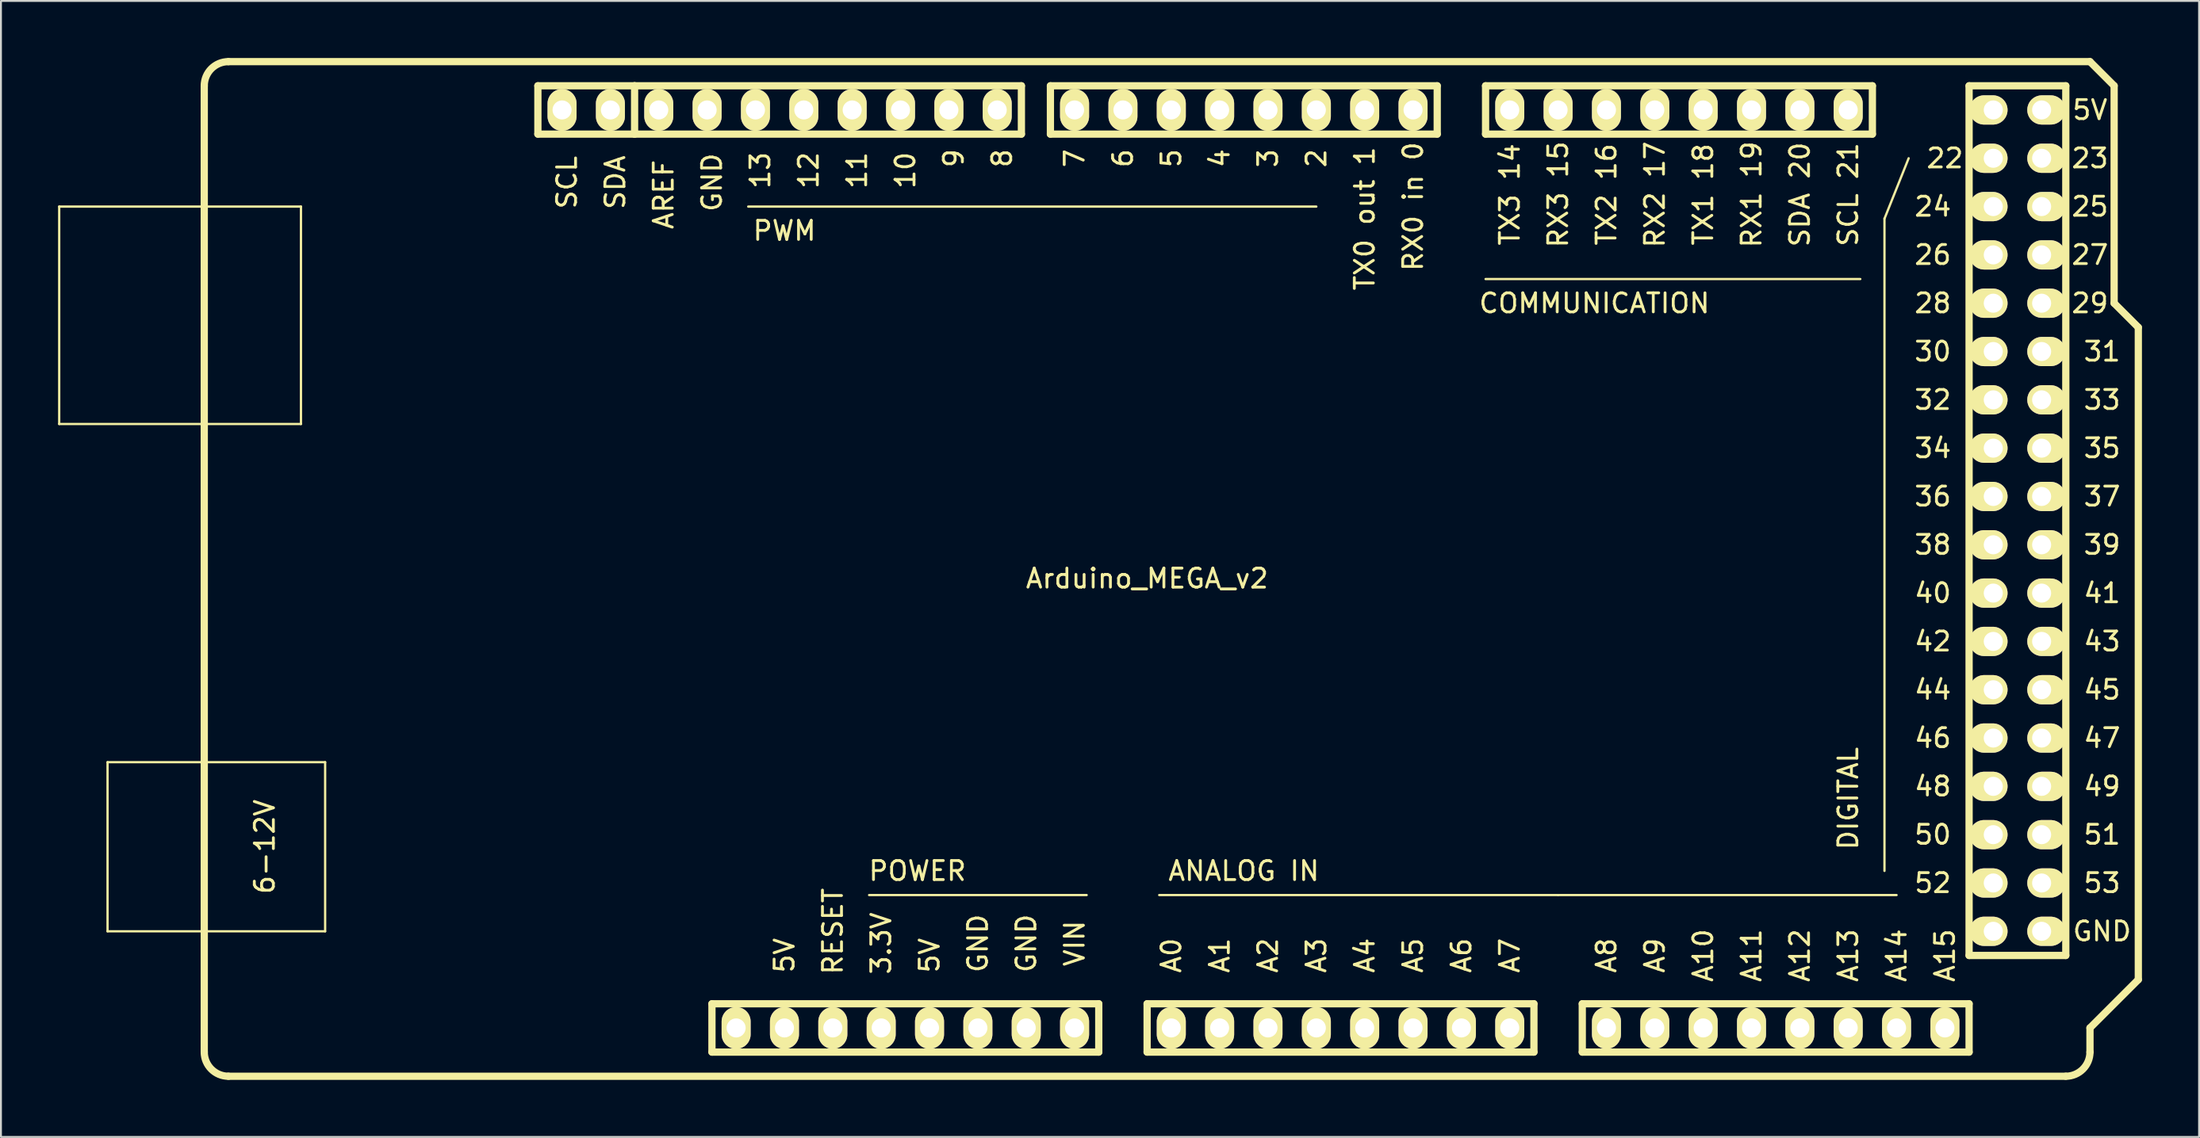
<source format=kicad_pcb>
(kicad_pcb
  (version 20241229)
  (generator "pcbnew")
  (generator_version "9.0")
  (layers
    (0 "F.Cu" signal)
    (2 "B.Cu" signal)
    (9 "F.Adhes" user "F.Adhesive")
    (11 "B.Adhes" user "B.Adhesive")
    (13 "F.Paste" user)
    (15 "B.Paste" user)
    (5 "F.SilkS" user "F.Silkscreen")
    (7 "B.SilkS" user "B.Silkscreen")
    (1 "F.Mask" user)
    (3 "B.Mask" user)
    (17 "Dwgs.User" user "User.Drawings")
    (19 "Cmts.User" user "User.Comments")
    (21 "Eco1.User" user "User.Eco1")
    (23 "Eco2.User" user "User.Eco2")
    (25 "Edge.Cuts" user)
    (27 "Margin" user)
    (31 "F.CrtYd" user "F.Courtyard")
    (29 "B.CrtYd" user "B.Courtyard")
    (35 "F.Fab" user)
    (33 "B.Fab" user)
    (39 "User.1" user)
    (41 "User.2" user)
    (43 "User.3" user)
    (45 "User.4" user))
  (footprint "Arduino_MEGA_v2"
    (layer "F.Cu")
    (at 57.21 26.86)
    (property "Reference" "Arduino_MEGA_v2" (at 0 0.5 0) (layer "F.SilkS") (effects (font (size 1 1) (thickness 0.15))))
    (attr through_hole)
    (fp_line (start -57.15 -19.05) (end -44.45 -19.05) (stroke (width 0.12) (type solid)) (layer "F.SilkS"))
    (fp_line (start -57.15 -7.62) (end -57.15 -19.05) (stroke (width 0.12) (type solid)) (layer "F.SilkS"))
    (fp_line (start -54.61 10.16) (end -43.18 10.16) (stroke (width 0.12) (type solid)) (layer "F.SilkS"))
    (fp_line (start -54.61 19.05) (end -54.61 10.16) (stroke (width 0.12) (type solid)) (layer "F.SilkS"))
    (fp_line (start -49.53 25.4) (end -49.53 -25.4) (stroke (width 0.381) (type solid)) (layer "F.SilkS"))
    (fp_line (start -48.26 -26.67) (end 49.53 -26.67) (stroke (width 0.381) (type solid)) (layer "F.SilkS"))
    (fp_line (start -48.26 26.67) (end 48.26 26.67) (stroke (width 0.381) (type solid)) (layer "F.SilkS"))
    (fp_line (start -44.45 -19.05) (end -44.45 -7.62) (stroke (width 0.12) (type solid)) (layer "F.SilkS"))
    (fp_line (start -44.45 -7.62) (end -57.15 -7.62) (stroke (width 0.12) (type solid)) (layer "F.SilkS"))
    (fp_line (start -43.18 10.16) (end -43.18 19.05) (stroke (width 0.12) (type solid)) (layer "F.SilkS"))
    (fp_line (start -43.18 19.05) (end -54.61 19.05) (stroke (width 0.12) (type solid)) (layer "F.SilkS"))
    (fp_line (start -32.004 -25.4) (end -32.004 -22.86) (stroke (width 0.381) (type solid)) (layer "F.SilkS"))
    (fp_line (start -32.004 -22.86) (end -26.924 -22.86) (stroke (width 0.381) (type solid)) (layer "F.SilkS"))
    (fp_line (start -26.924 -25.4) (end -32.004 -25.4) (stroke (width 0.381) (type solid)) (layer "F.SilkS"))
    (fp_line (start -26.924 -22.86) (end -26.924 -25.4) (stroke (width 0.381) (type solid)) (layer "F.SilkS"))
    (fp_line (start -22.86 25.4) (end -22.86 22.86) (stroke (width 0.381) (type solid)) (layer "F.SilkS"))
    (fp_line (start -22.86 25.4) (end -2.54 25.4) (stroke (width 0.381) (type solid)) (layer "F.SilkS"))
    (fp_line (start -14.605 17.145) (end -3.175 17.145) (stroke (width 0.12) (type solid)) (layer "F.SilkS"))
    (fp_line (start -6.604 -25.4) (end -26.924 -25.4) (stroke (width 0.381) (type solid)) (layer "F.SilkS"))
    (fp_line (start -6.604 -22.86) (end -26.924 -22.86) (stroke (width 0.381) (type solid)) (layer "F.SilkS"))
    (fp_line (start -6.604 -22.86) (end -6.604 -25.4) (stroke (width 0.381) (type solid)) (layer "F.SilkS"))
    (fp_line (start -5.08 -25.4) (end 15.24 -25.4) (stroke (width 0.381) (type solid)) (layer "F.SilkS"))
    (fp_line (start -5.08 -22.86) (end -5.08 -25.4) (stroke (width 0.381) (type solid)) (layer "F.SilkS"))
    (fp_line (start -2.54 22.86) (end -22.86 22.86) (stroke (width 0.381) (type solid)) (layer "F.SilkS"))
    (fp_line (start -2.54 22.86) (end -2.54 25.4) (stroke (width 0.381) (type solid)) (layer "F.SilkS"))
    (fp_line (start 0 22.86) (end 0 25.4) (stroke (width 0.381) (type solid)) (layer "F.SilkS"))
    (fp_line (start 0 25.4) (end 20.32 25.4) (stroke (width 0.381) (type solid)) (layer "F.SilkS"))
    (fp_line (start 0.635 17.145) (end 21.59 17.145) (stroke (width 0.12) (type solid)) (layer "F.SilkS"))
    (fp_line (start 8.89 -19.05) (end -20.955 -19.05) (stroke (width 0.12) (type solid)) (layer "F.SilkS"))
    (fp_line (start 15.24 -25.4) (end 15.24 -22.86) (stroke (width 0.381) (type solid)) (layer "F.SilkS"))
    (fp_line (start 15.24 -22.86) (end -5.08 -22.86) (stroke (width 0.381) (type solid)) (layer "F.SilkS"))
    (fp_line (start 17.78 -25.4) (end 17.78 -22.86) (stroke (width 0.381) (type solid)) (layer "F.SilkS"))
    (fp_line (start 17.78 -22.86) (end 38.1 -22.86) (stroke (width 0.381) (type solid)) (layer "F.SilkS"))
    (fp_line (start 17.78 -15.24) (end 37.465 -15.24) (stroke (width 0.12) (type solid)) (layer "F.SilkS"))
    (fp_line (start 20.32 22.86) (end 0 22.86) (stroke (width 0.381) (type solid)) (layer "F.SilkS"))
    (fp_line (start 20.32 25.4) (end 20.32 22.86) (stroke (width 0.381) (type solid)) (layer "F.SilkS"))
    (fp_line (start 21.59 17.145) (end 39.37 17.145) (stroke (width 0.12) (type solid)) (layer "F.SilkS"))
    (fp_line (start 22.86 22.86) (end 43.18 22.86) (stroke (width 0.381) (type solid)) (layer "F.SilkS"))
    (fp_line (start 22.86 25.4) (end 22.86 22.86) (stroke (width 0.381) (type solid)) (layer "F.SilkS"))
    (fp_line (start 38.1 -25.4) (end 17.78 -25.4) (stroke (width 0.381) (type solid)) (layer "F.SilkS"))
    (fp_line (start 38.1 -22.86) (end 38.1 -25.4) (stroke (width 0.381) (type solid)) (layer "F.SilkS"))
    (fp_line (start 38.735 15.875) (end 38.735 -18.415) (stroke (width 0.12) (type solid)) (layer "F.SilkS"))
    (fp_line (start 40.005 -21.59) (end 38.735 -18.415) (stroke (width 0.12) (type solid)) (layer "F.SilkS"))
    (fp_line (start 43.18 -25.4) (end 43.18 20.32) (stroke (width 0.381) (type solid)) (layer "F.SilkS"))
    (fp_line (start 43.18 20.32) (end 48.26 20.32) (stroke (width 0.381) (type solid)) (layer "F.SilkS"))
    (fp_line (start 43.18 22.86) (end 43.18 25.4) (stroke (width 0.381) (type solid)) (layer "F.SilkS"))
    (fp_line (start 43.18 25.4) (end 22.86 25.4) (stroke (width 0.381) (type solid)) (layer "F.SilkS"))
    (fp_line (start 48.26 -25.4) (end 43.18 -25.4) (stroke (width 0.381) (type solid)) (layer "F.SilkS"))
    (fp_line (start 48.26 20.32) (end 48.26 -25.4) (stroke (width 0.381) (type solid)) (layer "F.SilkS"))
    (fp_line (start 49.53 -26.67) (end 50.8 -25.4) (stroke (width 0.381) (type solid)) (layer "F.SilkS"))
    (fp_line (start 49.53 24.13) (end 49.53 25.4) (stroke (width 0.381) (type solid)) (layer "F.SilkS"))
    (fp_line (start 50.8 -25.4) (end 50.8 -13.97) (stroke (width 0.381) (type solid)) (layer "F.SilkS"))
    (fp_line (start 50.8 -13.97) (end 52.07 -12.7) (stroke (width 0.381) (type solid)) (layer "F.SilkS"))
    (fp_line (start 52.07 -12.7) (end 52.07 21.59) (stroke (width 0.381) (type solid)) (layer "F.SilkS"))
    (fp_line (start 52.07 21.59) (end 49.53 24.13) (stroke (width 0.381) (type solid)) (layer "F.SilkS"))
    (fp_arc (start -49.53 -25.4) (mid -49.158026 -26.298026) (end -48.26 -26.67) (stroke (width 0.381) (type solid)) (layer "F.SilkS"))
    (fp_arc (start -48.26 26.67) (mid -49.158026 26.298026) (end -49.53 25.4) (stroke (width 0.381) (type solid)) (layer "F.SilkS"))
    (fp_arc (start 49.53 25.4) (mid 49.158026 26.298026) (end 48.26 26.67) (stroke (width 0.381) (type solid)) (layer "F.SilkS"))
    (fp_text user "8" (at -7.62 -21.59 90) (layer "F.SilkS") (effects (font (size 1 1) (thickness 0.15))))
    (fp_text user "5" (at 1.27 -21.59 90) (layer "F.SilkS") (effects (font (size 1 1) (thickness 0.15))))
    (fp_text user "3" (at 6.35 -21.59 90) (layer "F.SilkS") (effects (font (size 1 1) (thickness 0.15))))
    (fp_text user "5V" (at 49.53 -24.13 0) (layer "F.SilkS") (effects (font (size 1 1) (thickness 0.15))))
    (fp_text user "DIGITAL" (at 36.83 12.065 90) (layer "F.SilkS") (effects (font (size 1 1) (thickness 0.15))))
    (fp_text user "A6" (at 16.51 20.32 90) (layer "F.SilkS") (effects (font (size 1 1) (thickness 0.15))))
    (fp_text user "5V" (at -11.43 20.32 90) (layer "F.SilkS") (effects (font (size 1 1) (thickness 0.15))))
    (fp_text user "GND" (at 50.165 19.05 0) (layer "F.SilkS") (effects (font (size 1 1) (thickness 0.15))))
    (fp_text user "A3" (at 8.89 20.32 90) (layer "F.SilkS") (effects (font (size 1 1) (thickness 0.15))))
    (fp_text user "A8" (at 24.13 20.32 90) (layer "F.SilkS") (effects (font (size 1 1) (thickness 0.15))))
    (fp_text user "RX1 19" (at 31.75 -19.685 90) (layer "F.SilkS") (effects (font (size 1 1) (thickness 0.15))))
    (fp_text user "A1" (at 3.81 20.32 90) (layer "F.SilkS") (effects (font (size 1 1) (thickness 0.15))))
    (fp_text user "44" (at 41.275 6.35 0) (layer "F.SilkS") (effects (font (size 1 1) (thickness 0.15))))
    (fp_text user "A0" (at 1.27 20.32 90) (layer "F.SilkS") (effects (font (size 1 1) (thickness 0.15))))
    (fp_text user "6-12V" (at -46.355 14.605 90) (layer "F.SilkS") (effects (font (size 1 1) (thickness 0.15))))
    (fp_text user "A10" (at 29.21 20.32 90) (layer "F.SilkS") (effects (font (size 1 1) (thickness 0.15))))
    (fp_text user "35" (at 50.165 -6.35 0) (layer "F.SilkS") (effects (font (size 1 1) (thickness 0.15))))
    (fp_text user "A2" (at 6.35 20.32 90) (layer "F.SilkS") (effects (font (size 1 1) (thickness 0.15))))
    (fp_text user "39" (at 50.165 -1.27 0) (layer "F.SilkS") (effects (font (size 1 1) (thickness 0.15))))
    (fp_text user "SDA 20" (at 34.29 -19.685 90) (layer "F.SilkS") (effects (font (size 1 1) (thickness 0.15))))
    (fp_text user "A4" (at 11.43 20.32 90) (layer "F.SilkS") (effects (font (size 1 1) (thickness 0.15))))
    (fp_text user "30" (at 41.275 -11.43 0) (layer "F.SilkS") (effects (font (size 1 1) (thickness 0.15))))
    (fp_text user "28" (at 41.275 -13.97 0) (layer "F.SilkS") (effects (font (size 1 1) (thickness 0.15))))
    (fp_text user "10" (at -12.7 -20.955 90) (layer "F.SilkS") (effects (font (size 1 1) (thickness 0.15))))
    (fp_text user "POWER" (at -12.065 15.875 0) (layer "F.SilkS") (effects (font (size 1 1) (thickness 0.15))))
    (fp_text user "COMMUNICATION" (at 23.495 -13.97 0) (layer "F.SilkS") (effects (font (size 1 1) (thickness 0.15))))
    (fp_text user "TX2 16" (at 24.13 -19.685 90) (layer "F.SilkS") (effects (font (size 1 1) (thickness 0.15))))
    (fp_text user "37" (at 50.165 -3.81 0) (layer "F.SilkS") (effects (font (size 1 1) (thickness 0.15))))
    (fp_text user "40" (at 41.275 1.27 0) (layer "F.SilkS") (effects (font (size 1 1) (thickness 0.15))))
    (fp_text user "TX0 out 1" (at 11.43 -18.415 90) (layer "F.SilkS") (effects (font (size 1 1) (thickness 0.15))))
    (fp_text user "A12" (at 34.29 20.32 90) (layer "F.SilkS") (effects (font (size 1 1) (thickness 0.15))))
    (fp_text user "A7" (at 19.05 20.32 90) (layer "F.SilkS") (effects (font (size 1 1) (thickness 0.15))))
    (fp_text user "A11" (at 31.75 20.32 90) (layer "F.SilkS") (effects (font (size 1 1) (thickness 0.15))))
    (fp_text user "3.3V" (at -13.97 19.685 90) (layer "F.SilkS") (effects (font (size 1 1) (thickness 0.15))))
    (fp_text user "A15" (at 41.91 20.32 90) (layer "F.SilkS") (effects (font (size 1 1) (thickness 0.15))))
    (fp_text user "ANALOG IN" (at 5.08 15.875 0) (layer "F.SilkS") (effects (font (size 1 1) (thickness 0.15))))
    (fp_text user "PWM" (at -19.05 -17.78 0) (layer "F.SilkS") (effects (font (size 1 1) (thickness 0.15))))
    (fp_text user "34" (at 41.275 -6.35 0) (layer "F.SilkS") (effects (font (size 1 1) (thickness 0.15))))
    (fp_text user "27" (at 49.53 -16.51 0) (layer "F.SilkS") (effects (font (size 1 1) (thickness 0.15))))
    (fp_text user "47" (at 50.165 8.89 0) (layer "F.SilkS") (effects (font (size 1 1) (thickness 0.15))))
    (fp_text user "4" (at 3.81 -21.59 90) (layer "F.SilkS") (effects (font (size 1 1) (thickness 0.15))))
    (fp_text user "GND" (at -22.86 -20.32 90) (layer "F.SilkS") (effects (font (size 1 1) (thickness 0.15))))
    (fp_text user "11" (at -15.24 -20.955 90) (layer "F.SilkS") (effects (font (size 1 1) (thickness 0.15))))
    (fp_text user "5V" (at -19.05 20.32 90) (layer "F.SilkS") (effects (font (size 1 1) (thickness 0.15))))
    (fp_text user "53" (at 50.165 16.51 0) (layer "F.SilkS") (effects (font (size 1 1) (thickness 0.15))))
    (fp_text user "26" (at 41.275 -16.51 0) (layer "F.SilkS") (effects (font (size 1 1) (thickness 0.15))))
    (fp_text user "2" (at 8.89 -21.59 90) (layer "F.SilkS") (effects (font (size 1 1) (thickness 0.15))))
    (fp_text user "51" (at 50.165 13.97 0) (layer "F.SilkS") (effects (font (size 1 1) (thickness 0.15))))
    (fp_text user "25" (at 49.53 -19.05 0) (layer "F.SilkS") (effects (font (size 1 1) (thickness 0.15))))
    (fp_text user "RX0 in 0" (at 13.97 -19.05 90) (layer "F.SilkS") (effects (font (size 1 1) (thickness 0.15))))
    (fp_text user "48" (at 41.275 11.43 0) (layer "F.SilkS") (effects (font (size 1 1) (thickness 0.15))))
    (fp_text user "7" (at -3.81 -21.59 90) (layer "F.SilkS") (effects (font (size 1 1) (thickness 0.15))))
    (fp_text user "36" (at 41.275 -3.81 0) (layer "F.SilkS") (effects (font (size 1 1) (thickness 0.15))))
    (fp_text user "23" (at 49.53 -21.59 0) (layer "F.SilkS") (effects (font (size 1 1) (thickness 0.15))))
    (fp_text user "13" (at -20.32 -20.955 90) (layer "F.SilkS") (effects (font (size 1 1) (thickness 0.15))))
    (fp_text user "A13" (at 36.83 20.32 90) (layer "F.SilkS") (effects (font (size 1 1) (thickness 0.15))))
    (fp_text user "SCL 21" (at 36.83 -19.685 90) (layer "F.SilkS") (effects (font (size 1 1) (thickness 0.15))))
    (fp_text user "SCL" (at -30.48 -20.32 90) (layer "F.SilkS") (effects (font (size 1 1) (thickness 0.15))))
    (fp_text user "A9" (at 26.67 20.32 90) (layer "F.SilkS") (effects (font (size 1 1) (thickness 0.15))))
    (fp_text user "46" (at 41.275 8.89 0) (layer "F.SilkS") (effects (font (size 1 1) (thickness 0.15))))
    (fp_text user "22" (at 41.91 -21.59 0) (layer "F.SilkS") (effects (font (size 1 1) (thickness 0.15))))
    (fp_text user "GND" (at -6.35 19.685 90) (layer "F.SilkS") (effects (font (size 1 1) (thickness 0.15))))
    (fp_text user "31" (at 50.165 -11.43 0) (layer "F.SilkS") (effects (font (size 1 1) (thickness 0.15))))
    (fp_text user "RX3 15" (at 21.59 -19.685 90) (layer "F.SilkS") (effects (font (size 1 1) (thickness 0.15))))
    (fp_text user "TX3 14" (at 19.05 -19.685 90) (layer "F.SilkS") (effects (font (size 1 1) (thickness 0.15))))
    (fp_text user "SDA" (at -27.94 -20.32 90) (layer "F.SilkS") (effects (font (size 1 1) (thickness 0.15))))
    (fp_text user "A14" (at 39.37 20.32 90) (layer "F.SilkS") (effects (font (size 1 1) (thickness 0.15))))
    (fp_text user "TX1 18" (at 29.21 -19.685 90) (layer "F.SilkS") (effects (font (size 1 1) (thickness 0.15))))
    (fp_text user "RX2 17" (at 26.67 -19.685 90) (layer "F.SilkS") (effects (font (size 1 1) (thickness 0.15))))
    (fp_text user "VIN" (at -3.81 19.685 90) (layer "F.SilkS") (effects (font (size 1 1) (thickness 0.15))))
    (fp_text user "52" (at 41.275 16.51 0) (layer "F.SilkS") (effects (font (size 1 1) (thickness 0.15))))
    (fp_text user "45" (at 50.165 6.35 0) (layer "F.SilkS") (effects (font (size 1 1) (thickness 0.15))))
    (fp_text user "38" (at 41.275 -1.27 0) (layer "F.SilkS") (effects (font (size 1 1) (thickness 0.15))))
    (fp_text user "33" (at 50.165 -8.89 0) (layer "F.SilkS") (effects (font (size 1 1) (thickness 0.15))))
    (fp_text user "29" (at 49.53 -13.97 0) (layer "F.SilkS") (effects (font (size 1 1) (thickness 0.15))))
    (fp_text user "50" (at 41.275 13.97 0) (layer "F.SilkS") (effects (font (size 1 1) (thickness 0.15))))
    (fp_text user "AREF" (at -25.4 -19.685 90) (layer "F.SilkS") (effects (font (size 1 1) (thickness 0.15))))
    (fp_text user "49" (at 50.165 11.43 0) (layer "F.SilkS") (effects (font (size 1 1) (thickness 0.15))))
    (fp_text user "GND" (at -8.89 19.685 90) (layer "F.SilkS") (effects (font (size 1 1) (thickness 0.15))))
    (fp_text user "24" (at 41.275 -19.05 0) (layer "F.SilkS") (effects (font (size 1 1) (thickness 0.15))))
    (fp_text user "42" (at 41.275 3.81 0) (layer "F.SilkS") (effects (font (size 1 1) (thickness 0.15))))
    (fp_text user "41" (at 50.165 1.27 0) (layer "F.SilkS") (effects (font (size 1 1) (thickness 0.15))))
    (fp_text user "9" (at -10.16 -21.59 90) (layer "F.SilkS") (effects (font (size 1 1) (thickness 0.15))))
    (fp_text user "6" (at -1.27 -21.59 90) (layer "F.SilkS") (effects (font (size 1 1) (thickness 0.15))))
    (fp_text user "32" (at 41.275 -8.89 0) (layer "F.SilkS") (effects (font (size 1 1) (thickness 0.15))))
    (fp_text user "A5" (at 13.97 20.32 90) (layer "F.SilkS") (effects (font (size 1 1) (thickness 0.15))))
    (fp_text user "12" (at -17.78 -20.955 90) (layer "F.SilkS") (effects (font (size 1 1) (thickness 0.15))))
    (fp_text user "43" (at 50.165 3.81 0) (layer "F.SilkS") (effects (font (size 1 1) (thickness 0.15))))
    (fp_text user "RESET" (at -16.51 19.05 90) (layer "F.SilkS") (effects (font (size 1 1) (thickness 0.15))))
    (pad "1" thru_hole oval (at -21.59 24.13) (size 1.524 2.2) (drill 1.001) (layers "*.Cu" "*.Mask" "F.SilkS"))
    (pad "2" thru_hole oval (at -19.05 24.13) (size 1.524 2.2) (drill 1.001) (layers "*.Cu" "*.Mask" "F.SilkS"))
    (pad "3" thru_hole oval (at -16.51 24.13) (size 1.524 2.2) (drill 1.001) (layers "*.Cu" "*.Mask" "F.SilkS"))
    (pad "4" thru_hole oval (at -13.97 24.13) (size 1.524 2.2) (drill 1.001) (layers "*.Cu" "*.Mask" "F.SilkS"))
    (pad "5" thru_hole oval (at -11.43 24.13) (size 1.524 2.2) (drill 1.001) (layers "*.Cu" "*.Mask" "F.SilkS"))
    (pad "6" thru_hole oval (at -8.89 24.13) (size 1.524 2.2) (drill 1.001) (layers "*.Cu" "*.Mask" "F.SilkS"))
    (pad "7" thru_hole oval (at -6.35 24.13) (size 1.524 2.2) (drill 1.001) (layers "*.Cu" "*.Mask" "F.SilkS"))
    (pad "8" thru_hole oval (at -3.81 24.13) (size 1.524 2.2) (drill 1.001) (layers "*.Cu" "*.Mask" "F.SilkS"))
    (pad "9" thru_hole oval (at 1.27 24.13) (size 1.524 2.2) (drill 1.001) (layers "*.Cu" "*.Mask" "F.SilkS"))
    (pad "10" thru_hole oval (at 3.81 24.13) (size 1.524 2.2) (drill 1.001) (layers "*.Cu" "*.Mask" "F.SilkS"))
    (pad "11" thru_hole oval (at 6.35 24.13) (size 1.524 2.2) (drill 1.001) (layers "*.Cu" "*.Mask" "F.SilkS"))
    (pad "12" thru_hole oval (at 8.89 24.13) (size 1.524 2.2) (drill 1.001) (layers "*.Cu" "*.Mask" "F.SilkS"))
    (pad "13" thru_hole oval (at 11.43 24.13) (size 1.524 2.2) (drill 1.001) (layers "*.Cu" "*.Mask" "F.SilkS"))
    (pad "14" thru_hole oval (at 13.97 24.13) (size 1.524 2.2) (drill 1.001) (layers "*.Cu" "*.Mask" "F.SilkS"))
    (pad "15" thru_hole oval (at 16.51 24.13) (size 1.524 2.2) (drill 1.001) (layers "*.Cu" "*.Mask" "F.SilkS"))
    (pad "16" thru_hole oval (at 19.05 24.13) (size 1.524 2.2) (drill 1.001) (layers "*.Cu" "*.Mask" "F.SilkS"))
    (pad "17" thru_hole oval (at 24.13 24.13) (size 1.524 2.2) (drill 1.001) (layers "*.Cu" "*.Mask" "F.SilkS"))
    (pad "18" thru_hole oval (at 26.67 24.13) (size 1.524 2.2) (drill 1.001) (layers "*.Cu" "*.Mask" "F.SilkS"))
    (pad "19" thru_hole oval (at 29.21 24.13) (size 1.524 2.2) (drill 1.001) (layers "*.Cu" "*.Mask" "F.SilkS"))
    (pad "20" thru_hole oval (at 31.75 24.13) (size 1.524 2.197) (drill 1.001) (layers "*.Cu" "*.Mask" "F.SilkS"))
    (pad "21" thru_hole oval (at 34.29 24.13) (size 1.524 2.197) (drill 1.001) (layers "*.Cu" "*.Mask" "F.SilkS"))
    (pad "22" thru_hole oval (at 36.83 24.13) (size 1.524 2.197) (drill 1.001) (layers "*.Cu" "*.Mask" "F.SilkS"))
    (pad "23" thru_hole oval (at 39.37 24.13) (size 1.524 2.197) (drill 1.001) (layers "*.Cu" "*.Mask" "F.SilkS"))
    (pad "24" thru_hole oval (at 41.91 24.13) (size 1.524 2.197) (drill 1.001) (layers "*.Cu" "*.Mask" "F.SilkS"))
    (pad "25" thru_hole oval (at 44.45 19.05) (size 1.999 1.539) (drill 1.001 (offset -0.249 0)) (layers "*.Cu" "*.Mask" "F.SilkS"))
    (pad "26" thru_hole oval (at 44.45 16.51) (size 1.999 1.539) (drill 1.001 (offset -0.249 0)) (layers "*.Cu" "*.Mask" "F.SilkS"))
    (pad "27" thru_hole oval (at 44.45 13.97) (size 1.999 1.539) (drill 1.001 (offset -0.249 0)) (layers "*.Cu" "*.Mask" "F.SilkS"))
    (pad "28" thru_hole oval (at 44.45 11.43) (size 1.999 1.539) (drill 1.001 (offset -0.249 0)) (layers "*.Cu" "*.Mask" "F.SilkS"))
    (pad "29" thru_hole oval (at 44.45 8.89) (size 1.999 1.539) (drill 1.001 (offset -0.249 0)) (layers "*.Cu" "*.Mask" "F.SilkS"))
    (pad "30" thru_hole oval (at 44.45 6.35) (size 1.999 1.539) (drill 1.001 (offset -0.249 0)) (layers "*.Cu" "*.Mask" "F.SilkS"))
    (pad "31" thru_hole oval (at 44.45 3.81) (size 1.999 1.539) (drill 1.001 (offset -0.249 0)) (layers "*.Cu" "*.Mask" "F.SilkS"))
    (pad "32" thru_hole oval (at 44.45 1.27) (size 1.999 1.539) (drill 1.001 (offset -0.249 0)) (layers "*.Cu" "*.Mask" "F.SilkS"))
    (pad "33" thru_hole oval (at 44.45 -1.27) (size 1.999 1.539) (drill 1.001 (offset -0.249 0)) (layers "*.Cu" "*.Mask" "F.SilkS"))
    (pad "34" thru_hole oval (at 44.45 -3.81) (size 1.999 1.539) (drill 1.001 (offset -0.249 0)) (layers "*.Cu" "*.Mask" "F.SilkS"))
    (pad "35" thru_hole oval (at 44.45 -6.35) (size 1.999 1.539) (drill 1.001 (offset -0.249 0)) (layers "*.Cu" "*.Mask" "F.SilkS"))
    (pad "36" thru_hole oval (at 44.45 -8.89) (size 1.999 1.539) (drill 1.001 (offset -0.249 0)) (layers "*.Cu" "*.Mask" "F.SilkS"))
    (pad "37" thru_hole oval (at 44.45 -11.43) (size 1.999 1.539) (drill 1.001 (offset -0.249 0)) (layers "*.Cu" "*.Mask" "F.SilkS"))
    (pad "38" thru_hole oval (at 44.45 -13.97) (size 1.999 1.539) (drill 1.001 (offset -0.249 0)) (layers "*.Cu" "*.Mask" "F.SilkS"))
    (pad "39" thru_hole oval (at 44.45 -16.51) (size 1.999 1.539) (drill 1.001 (offset -0.249 0)) (layers "*.Cu" "*.Mask" "F.SilkS"))
    (pad "40" thru_hole oval (at 44.45 -19.05) (size 1.999 1.539) (drill 1.001 (offset -0.249 0)) (layers "*.Cu" "*.Mask" "F.SilkS"))
    (pad "41" thru_hole oval (at 44.45 -21.59) (size 1.999 1.539) (drill 1.001 (offset -0.249 0)) (layers "*.Cu" "*.Mask" "F.SilkS"))
    (pad "42" thru_hole oval (at 44.45 -24.13) (size 1.999 1.539) (drill 1.001 (offset -0.249 0)) (layers "*.Cu" "*.Mask" "F.SilkS"))
    (pad "43" thru_hole oval (at 46.99 19.05) (size 1.999 1.537) (drill 1.001 (offset 0.246 0)) (layers "*.Cu" "*.Mask" "F.SilkS"))
    (pad "44" thru_hole oval (at 46.99 16.51) (size 1.999 1.537) (drill 1.001 (offset 0.246 0)) (layers "*.Cu" "*.Mask" "F.SilkS"))
    (pad "45" thru_hole oval (at 46.99 13.97) (size 1.999 1.537) (drill 1.001 (offset 0.246 0)) (layers "*.Cu" "*.Mask" "F.SilkS"))
    (pad "46" thru_hole oval (at 46.99 11.43) (size 1.999 1.537) (drill 1.001 (offset 0.246 0)) (layers "*.Cu" "*.Mask" "F.SilkS"))
    (pad "47" thru_hole oval (at 46.99 8.89) (size 1.999 1.537) (drill 1.001 (offset 0.246 0)) (layers "*.Cu" "*.Mask" "F.SilkS"))
    (pad "48" thru_hole oval (at 46.99 6.35) (size 1.999 1.537) (drill 1.001 (offset 0.246 0)) (layers "*.Cu" "*.Mask" "F.SilkS"))
    (pad "49" thru_hole oval (at 46.99 3.81) (size 1.999 1.537) (drill 1.001 (offset 0.246 0)) (layers "*.Cu" "*.Mask" "F.SilkS"))
    (pad "50" thru_hole oval (at 46.99 1.27) (size 1.999 1.537) (drill 1.001 (offset 0.246 0)) (layers "*.Cu" "*.Mask" "F.SilkS"))
    (pad "51" thru_hole oval (at 46.99 -1.27) (size 1.999 1.537) (drill 1.001 (offset 0.246 0)) (layers "*.Cu" "*.Mask" "F.SilkS"))
    (pad "52" thru_hole oval (at 46.99 -3.81) (size 1.999 1.537) (drill 1.001 (offset 0.246 0)) (layers "*.Cu" "*.Mask" "F.SilkS"))
    (pad "53" thru_hole oval (at 46.99 -6.35) (size 1.999 1.537) (drill 1.001 (offset 0.246 0)) (layers "*.Cu" "*.Mask" "F.SilkS"))
    (pad "54" thru_hole oval (at 46.99 -8.89) (size 1.999 1.537) (drill 1.001 (offset 0.246 0)) (layers "*.Cu" "*.Mask" "F.SilkS"))
    (pad "55" thru_hole oval (at 46.99 -11.43) (size 1.999 1.537) (drill 1.001 (offset 0.246 0)) (layers "*.Cu" "*.Mask" "F.SilkS"))
    (pad "56" thru_hole oval (at 46.99 -13.97) (size 1.999 1.537) (drill 1.001 (offset 0.246 0)) (layers "*.Cu" "*.Mask" "F.SilkS"))
    (pad "57" thru_hole oval (at 46.99 -16.51) (size 1.999 1.537) (drill 1.001 (offset 0.246 0)) (layers "*.Cu" "*.Mask" "F.SilkS"))
    (pad "58" thru_hole oval (at 46.99 -19.05) (size 1.999 1.537) (drill 1.001 (offset 0.246 0)) (layers "*.Cu" "*.Mask" "F.SilkS"))
    (pad "59" thru_hole oval (at 46.99 -21.59) (size 1.999 1.537) (drill 1.001 (offset 0.246 0)) (layers "*.Cu" "*.Mask" "F.SilkS"))
    (pad "60" thru_hole oval (at 46.99 -24.13) (size 1.999 1.537) (drill 1.001 (offset 0.246 0)) (layers "*.Cu" "*.Mask" "F.SilkS"))
    (pad "61" thru_hole oval (at 36.83 -24.13) (size 1.524 2.197) (drill 1.001) (layers "*.Cu" "*.Mask" "F.SilkS"))
    (pad "62" thru_hole oval (at 34.29 -24.13) (size 1.524 2.197) (drill 1.001) (layers "*.Cu" "*.Mask" "F.SilkS"))
    (pad "63" thru_hole oval (at 31.75 -24.13) (size 1.524 2.197) (drill 1.001) (layers "*.Cu" "*.Mask" "F.SilkS"))
    (pad "64" thru_hole oval (at 29.21 -24.13) (size 1.524 2.197) (drill 1.001) (layers "*.Cu" "*.Mask" "F.SilkS"))
    (pad "65" thru_hole oval (at 26.67 -24.13) (size 1.524 2.197) (drill 1.001) (layers "*.Cu" "*.Mask" "F.SilkS"))
    (pad "66" thru_hole oval (at 24.13 -24.13) (size 1.524 2.197) (drill 1.001) (layers "*.Cu" "*.Mask" "F.SilkS"))
    (pad "67" thru_hole oval (at 21.59 -24.13) (size 1.524 2.197) (drill 1.001) (layers "*.Cu" "*.Mask" "F.SilkS"))
    (pad "68" thru_hole oval (at 19.05 -24.13) (size 1.524 2.197) (drill 1.001) (layers "*.Cu" "*.Mask" "F.SilkS"))
    (pad "69" thru_hole oval (at 13.97 -24.13) (size 1.524 2.197) (drill 1.001) (layers "*.Cu" "*.Mask" "F.SilkS"))
    (pad "70" thru_hole oval (at 11.43 -24.13) (size 1.524 2.197) (drill 1.001) (layers "*.Cu" "*.Mask" "F.SilkS"))
    (pad "71" thru_hole oval (at 8.89 -24.13) (size 1.524 2.197) (drill 1.001) (layers "*.Cu" "*.Mask" "F.SilkS"))
    (pad "72" thru_hole oval (at 6.35 -24.13) (size 1.524 2.197) (drill 1.001) (layers "*.Cu" "*.Mask" "F.SilkS"))
    (pad "73" thru_hole oval (at 3.81 -24.13) (size 1.524 2.197) (drill 1.001) (layers "*.Cu" "*.Mask" "F.SilkS"))
    (pad "74" thru_hole oval (at 1.27 -24.13) (size 1.524 2.197) (drill 1.001) (layers "*.Cu" "*.Mask" "F.SilkS"))
    (pad "75" thru_hole oval (at -1.27 -24.13) (size 1.524 2.197) (drill 1.001) (layers "*.Cu" "*.Mask" "F.SilkS"))
    (pad "76" thru_hole oval (at -3.81 -24.13) (size 1.524 2.197) (drill 1.001) (layers "*.Cu" "*.Mask" "F.SilkS"))
    (pad "77" thru_hole oval (at -7.874 -24.13) (size 1.524 2.197) (drill 1.001) (layers "*.Cu" "*.Mask" "F.SilkS"))
    (pad "78" thru_hole oval (at -10.414 -24.13) (size 1.524 2.197) (drill 1.001) (layers "*.Cu" "*.Mask" "F.SilkS"))
    (pad "79" thru_hole oval (at -12.954 -24.13) (size 1.524 2.197) (drill 1.001) (layers "*.Cu" "*.Mask" "F.SilkS"))
    (pad "80" thru_hole oval (at -15.494 -24.13) (size 1.524 2.197) (drill 1.001) (layers "*.Cu" "*.Mask" "F.SilkS"))
    (pad "81" thru_hole oval (at -18.034 -24.13) (size 1.524 2.197) (drill 1.001) (layers "*.Cu" "*.Mask" "F.SilkS"))
    (pad "82" thru_hole oval (at -20.574 -24.13) (size 1.524 2.197) (drill 1.001) (layers "*.Cu" "*.Mask" "F.SilkS"))
    (pad "83" thru_hole oval (at -23.114 -24.13) (size 1.524 2.197) (drill 1.001) (layers "*.Cu" "*.Mask" "F.SilkS"))
    (pad "84" thru_hole oval (at -25.654 -24.13) (size 1.524 2.197) (drill 1.001) (layers "*.Cu" "*.Mask" "F.SilkS"))
    (pad "85" thru_hole oval (at -28.194 -24.13) (size 1.524 2.197) (drill 1.001) (layers "*.Cu" "*.Mask" "F.SilkS"))
    (pad "86" thru_hole oval (at -30.734 -24.13) (size 1.524 2.197) (drill 1.001) (layers "*.Cu" "*.Mask" "F.SilkS")))
  (gr_rect
    (start -3 -3)
    (end 112.471 56.721)
    (stroke (width 0.1) (type default))
    (fill no)
    (layer "Edge.Cuts")))
</source>
